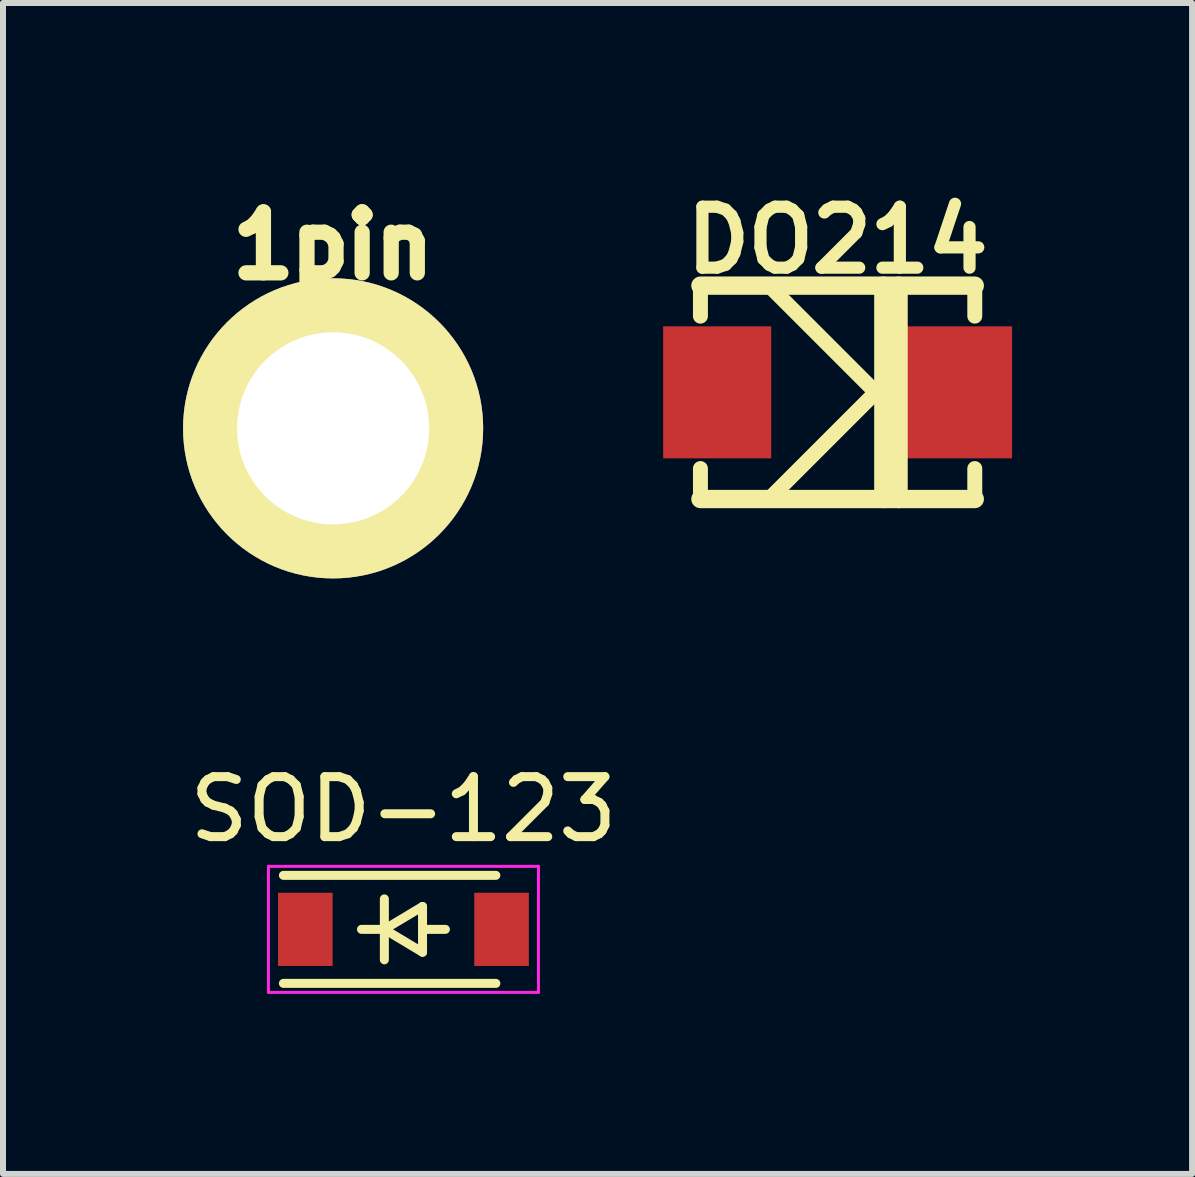
<source format=kicad_pcb>
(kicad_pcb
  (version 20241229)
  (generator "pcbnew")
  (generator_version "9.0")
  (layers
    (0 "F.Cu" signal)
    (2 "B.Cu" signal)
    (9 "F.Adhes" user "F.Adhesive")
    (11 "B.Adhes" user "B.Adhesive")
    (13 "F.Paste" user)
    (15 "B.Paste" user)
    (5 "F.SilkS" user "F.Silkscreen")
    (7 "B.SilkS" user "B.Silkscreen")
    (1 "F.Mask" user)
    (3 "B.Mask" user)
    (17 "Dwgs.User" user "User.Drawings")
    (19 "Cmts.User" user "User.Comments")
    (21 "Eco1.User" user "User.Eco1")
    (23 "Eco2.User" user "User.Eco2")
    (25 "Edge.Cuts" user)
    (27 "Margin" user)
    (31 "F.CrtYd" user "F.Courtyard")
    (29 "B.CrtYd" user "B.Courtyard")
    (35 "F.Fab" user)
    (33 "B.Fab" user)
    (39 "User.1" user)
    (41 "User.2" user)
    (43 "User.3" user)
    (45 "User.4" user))
  (footprint "DO214"
    (layer "F.Cu")
    (at 10.908 3.488)
    (property "Reference" "DO214" (at -0.003 -2.537 0) (layer "F.SilkS") (effects (font (size 1.016 1.016) (thickness 0.203))))
    (attr smd)
    (fp_line (start -2.286 -1.778) (end -2.286 -1.27) (stroke (width 0.249) (type solid)) (layer "F.SilkS"))
    (fp_line (start -2.286 -1.778) (end 2.286 -1.778) (stroke (width 0.305) (type solid)) (layer "F.SilkS"))
    (fp_line (start -2.286 1.27) (end -2.286 1.778) (stroke (width 0.249) (type solid)) (layer "F.SilkS"))
    (fp_line (start -2.286 1.778) (end 2.286 1.778) (stroke (width 0.305) (type solid)) (layer "F.SilkS"))
    (fp_line (start 0.635 0) (end -1.143 -1.778) (stroke (width 0.249) (type solid)) (layer "F.SilkS"))
    (fp_line (start 0.635 0) (end -1.143 1.778) (stroke (width 0.249) (type solid)) (layer "F.SilkS"))
    (fp_line (start 0.762 -1.778) (end 0.762 1.778) (stroke (width 0.305) (type solid)) (layer "F.SilkS"))
    (fp_line (start 1.016 -1.778) (end 1.016 1.778) (stroke (width 0.305) (type solid)) (layer "F.SilkS"))
    (fp_line (start 2.286 -1.778) (end 2.286 -1.27) (stroke (width 0.249) (type solid)) (layer "F.SilkS"))
    (fp_line (start 2.286 1.27) (end 2.286 1.778) (stroke (width 0.249) (type solid)) (layer "F.SilkS"))
    (pad "1" smd rect (at -2.007 0) (size 1.801 2.2) (layers "F.Cu" "F.Mask" "F.Paste"))
    (pad "2" smd rect (at 2.007 0) (size 1.801 2.2) (layers "F.Cu" "F.Mask" "F.Paste")))
  (footprint "1pin"
    (layer "F.Cu")
    (at 2.501 4.088)
    (property "Reference" "1pin" (at 0 -3.048 0) (layer "F.SilkS") (effects (font (size 1.016 1.016) (thickness 0.254))))
    (attr through_hole)
    (fp_circle (center 0 0) (end 0 -2.286) (stroke (width 0.381) (type solid)) (fill no) (layer "F.SilkS"))
    (pad "" thru_hole circle (at 0 0) (size 5.001 5.001) (drill 3.2) (layers "*.Cu" "*.Mask" "F.SilkS")))
  (footprint "SOD-123"
    (layer "F.Cu")
    (at 3.673 12.437)
    (property "Reference" "SOD-123" (at 0 -2 0) (layer "F.SilkS") (effects (font (size 1 1) (thickness 0.15))))
    (attr smd)
    (fp_line (start -2 -0.9) (end 1.54 -0.9) (stroke (width 0.15) (type solid)) (layer "F.SilkS"))
    (fp_line (start -2 0.9) (end 1.54 0.9) (stroke (width 0.15) (type solid)) (layer "F.SilkS"))
    (fp_line (start -0.699 0) (end -0.318 0) (stroke (width 0.15) (type solid)) (layer "F.SilkS"))
    (fp_line (start -0.318 -0.508) (end -0.318 0.508) (stroke (width 0.15) (type solid)) (layer "F.SilkS"))
    (fp_line (start -0.318 0) (end 0.318 -0.381) (stroke (width 0.15) (type solid)) (layer "F.SilkS"))
    (fp_line (start 0.318 -0.381) (end 0.318 0.381) (stroke (width 0.15) (type solid)) (layer "F.SilkS"))
    (fp_line (start 0.318 0) (end 0.699 0) (stroke (width 0.15) (type solid)) (layer "F.SilkS"))
    (fp_line (start 0.318 0.381) (end -0.318 0) (stroke (width 0.15) (type solid)) (layer "F.SilkS"))
    (fp_line (start -2.25 -1.05) (end -2.25 1.05) (stroke (width 0.05) (type solid)) (layer "F.CrtYd"))
    (fp_line (start -2.25 -1.05) (end 2.25 -1.05) (stroke (width 0.05) (type solid)) (layer "F.CrtYd"))
    (fp_line (start 2.25 -1.05) (end 2.25 1.05) (stroke (width 0.05) (type solid)) (layer "F.CrtYd"))
    (fp_line (start 2.25 1.05) (end -2.25 1.05) (stroke (width 0.05) (type solid)) (layer "F.CrtYd"))
    (pad "1" smd rect (at -1.635 0) (size 0.91 1.22) (layers "F.Cu" "F.Mask"))
    (pad "2" smd rect (at 1.635 0) (size 0.91 1.22) (layers "F.Cu" "F.Mask")))
  (gr_rect
    (start -3 -3)
    (end 16.815 16.512)
    (stroke (width 0.1) (type default))
    (fill no)
    (layer "Edge.Cuts")))
</source>
